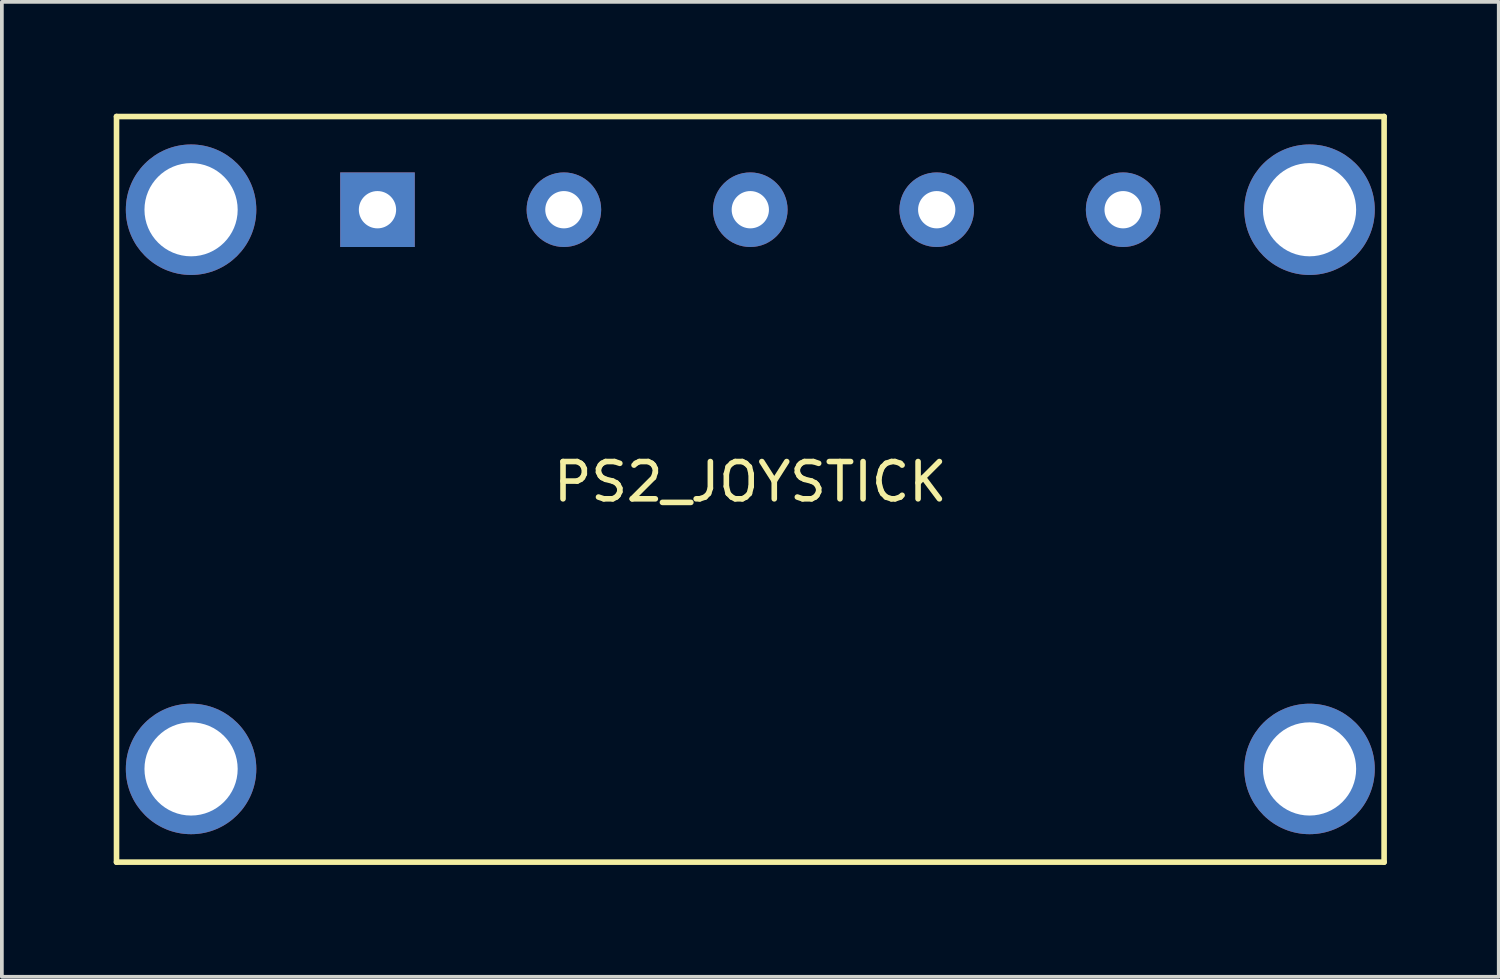
<source format=kicad_pcb>
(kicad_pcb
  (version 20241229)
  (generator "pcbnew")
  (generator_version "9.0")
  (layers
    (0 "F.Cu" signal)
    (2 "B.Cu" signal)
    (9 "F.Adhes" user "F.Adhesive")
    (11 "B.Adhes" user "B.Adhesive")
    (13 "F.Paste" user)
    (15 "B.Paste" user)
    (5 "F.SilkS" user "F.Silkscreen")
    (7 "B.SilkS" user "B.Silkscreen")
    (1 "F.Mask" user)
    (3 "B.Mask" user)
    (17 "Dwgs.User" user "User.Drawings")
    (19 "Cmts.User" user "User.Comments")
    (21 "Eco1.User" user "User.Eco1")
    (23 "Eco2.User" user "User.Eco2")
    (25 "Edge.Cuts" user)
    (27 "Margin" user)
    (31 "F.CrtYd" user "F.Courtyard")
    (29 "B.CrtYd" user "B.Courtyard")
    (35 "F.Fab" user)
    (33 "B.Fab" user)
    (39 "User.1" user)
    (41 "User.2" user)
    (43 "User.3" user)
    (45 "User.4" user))
  (footprint "PS2_JOYSTICK"
    (layer "F.Cu")
    (at 17.075 10.075)
    (property "Reference" "PS2_JOYSTICK" (at 0 -0.2 0) (layer "F.SilkS") (effects (font (size 1 1) (thickness 0.15))))
    (attr through_hole)
    (fp_line (start -17 -10) (end 17 -10) (stroke (width 0.15) (type solid)) (layer "F.SilkS"))
    (fp_line (start -17 10) (end -17 -10) (stroke (width 0.15) (type solid)) (layer "F.SilkS"))
    (fp_line (start 17 -10) (end 17 10) (stroke (width 0.15) (type solid)) (layer "F.SilkS"))
    (fp_line (start 17 10) (end -17 10) (stroke (width 0.15) (type solid)) (layer "F.SilkS"))
    (pad "" thru_hole circle (at -15 -7.5) (size 3.5 3.5) (drill 2.5) (layers "*.Cu" "*.Mask"))
    (pad "" thru_hole circle (at -15 7.5) (size 3.5 3.5) (drill 2.5) (layers "*.Cu" "*.Mask"))
    (pad "" thru_hole circle (at 15 -7.5) (size 3.5 3.5) (drill 2.5) (layers "*.Cu" "*.Mask"))
    (pad "" thru_hole circle (at 15 7.5) (size 3.5 3.5) (drill 2.5) (layers "*.Cu" "*.Mask"))
    (pad "1" thru_hole rect (at -10 -7.5) (size 2 2) (drill 1) (layers "*.Cu" "*.Mask"))
    (pad "2" thru_hole circle (at -5 -7.5) (size 2 2) (drill 1) (layers "*.Cu" "*.Mask"))
    (pad "3" thru_hole circle (at 0 -7.5) (size 2 2) (drill 1) (layers "*.Cu" "*.Mask"))
    (pad "4" thru_hole circle (at 5 -7.5) (size 2 2) (drill 1) (layers "*.Cu" "*.Mask"))
    (pad "5" thru_hole circle (at 10 -7.5) (size 2 2) (drill 1) (layers "*.Cu" "*.Mask")))
  (gr_rect
    (start -3 -3)
    (end 37.15 23.15)
    (stroke (width 0.1) (type default))
    (fill no)
    (layer "Edge.Cuts")))
</source>
